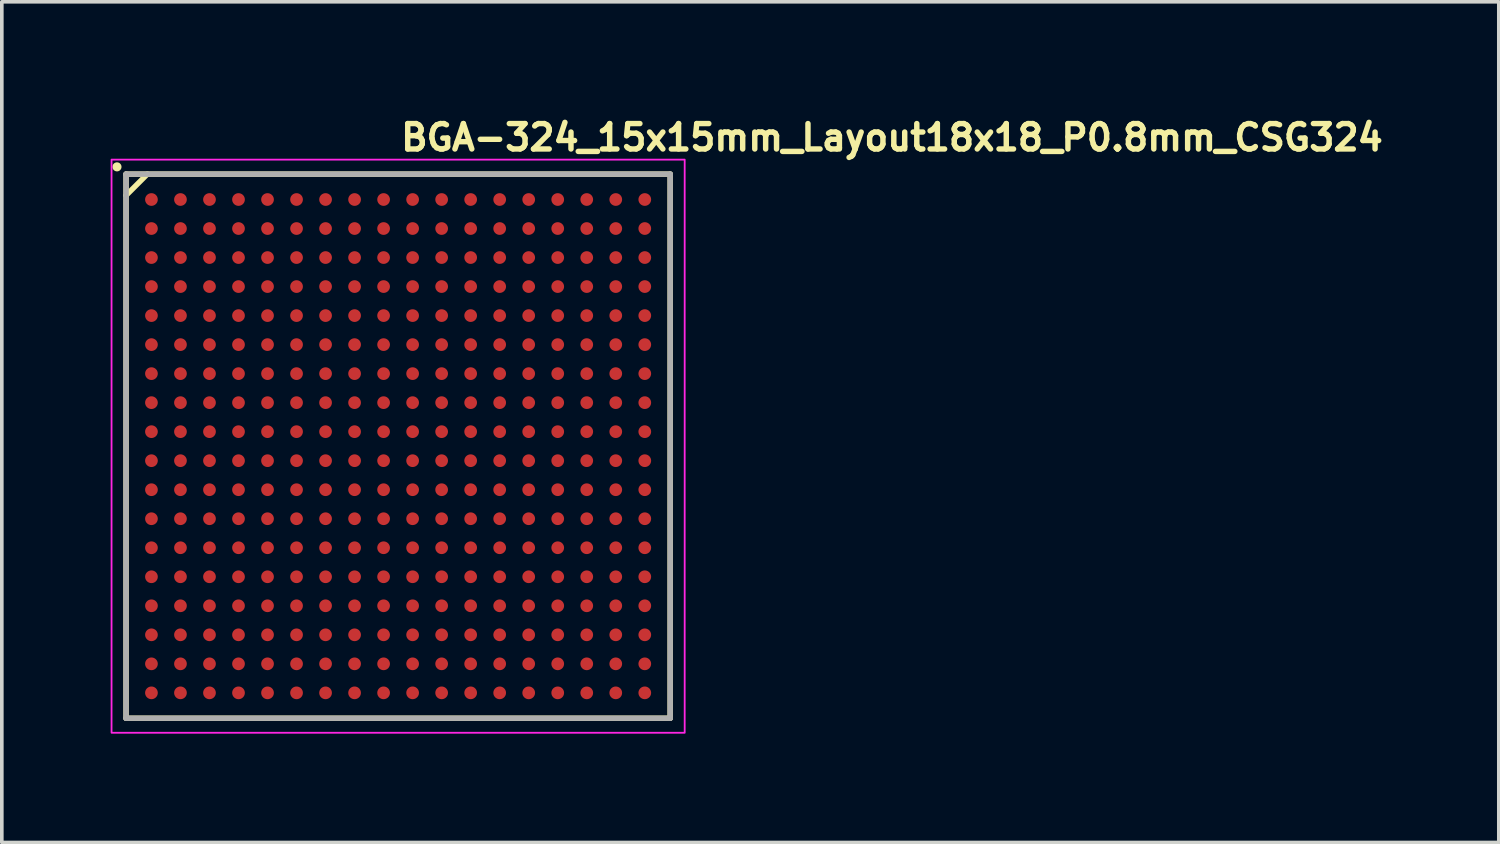
<source format=kicad_pcb>
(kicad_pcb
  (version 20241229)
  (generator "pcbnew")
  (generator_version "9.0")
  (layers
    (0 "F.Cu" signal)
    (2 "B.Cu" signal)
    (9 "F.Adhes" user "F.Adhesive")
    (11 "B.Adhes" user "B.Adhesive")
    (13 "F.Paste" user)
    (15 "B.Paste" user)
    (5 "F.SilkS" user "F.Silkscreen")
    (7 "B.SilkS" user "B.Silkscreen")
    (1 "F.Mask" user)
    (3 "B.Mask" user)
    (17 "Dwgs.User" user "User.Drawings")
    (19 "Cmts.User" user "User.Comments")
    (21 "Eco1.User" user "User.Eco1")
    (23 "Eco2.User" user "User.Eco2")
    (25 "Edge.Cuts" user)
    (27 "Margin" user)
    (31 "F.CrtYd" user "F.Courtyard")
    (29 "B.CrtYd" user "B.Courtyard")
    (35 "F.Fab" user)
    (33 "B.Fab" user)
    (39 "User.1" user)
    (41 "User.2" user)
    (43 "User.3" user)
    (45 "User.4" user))
  (footprint "BGA-324_15x15mm_Layout18x18_P0.8mm_CSG324"
    (layer "F.Cu")
    (at 7.925 9.25)
    (property "Reference" "BGA-324_15x15mm_Layout18x18_P0.8mm_CSG324" (at 0 -8.1 0) (layer "F.SilkS") (effects (font (size 0.7 0.7) (thickness 0.15)) (justify left bottom)))
    (attr smd)
    (fp_line (start -7.5 -7.5) (end 7.5 -7.5) (stroke (width 0.15) (type solid)) (layer "F.SilkS"))
    (fp_line (start -7.5 -6.913) (end -6.913 -7.5) (stroke (width 0.15) (type solid)) (layer "F.SilkS"))
    (fp_line (start -7.5 7.5) (end -7.5 -7.5) (stroke (width 0.15) (type solid)) (layer "F.SilkS"))
    (fp_line (start -7.5 7.5) (end 7.5 7.5) (stroke (width 0.15) (type solid)) (layer "F.SilkS"))
    (fp_line (start 7.5 7.5) (end 7.5 -7.5) (stroke (width 0.15) (type solid)) (layer "F.SilkS"))
    (fp_circle (center -7.75 -7.7) (end -7.7 -7.7) (stroke (width 0.15) (type solid)) (fill yes) (layer "F.SilkS"))
    (fp_rect (start -7.9 -7.9) (end 7.9 7.9) (stroke (width 0.05) (type solid)) (fill no) (layer "F.CrtYd"))
    (fp_line (start -7.5 -7.5) (end 7.5 -7.5) (stroke (width 0.15) (type solid)) (layer "F.Fab"))
    (fp_line (start -7.5 7.5) (end -7.5 -7.5) (stroke (width 0.15) (type solid)) (layer "F.Fab"))
    (fp_line (start -7.5 7.5) (end 7.5 7.5) (stroke (width 0.15) (type solid)) (layer "F.Fab"))
    (fp_line (start 7.5 7.5) (end 7.5 -7.5) (stroke (width 0.15) (type solid)) (layer "F.Fab"))
    (fp_rect (start -7.5 -7.5) (end 7.5 7.5) (stroke (width 0.1) (type solid)) (fill no) (layer "User.5"))
    (fp_line (start -7.5 -7.5) (end -7.5 7.5) (stroke (width 0.02) (type solid)) (layer "User.9"))
    (fp_line (start -7.5 7.5) (end 7.5 7.5) (stroke (width 0.02) (type solid)) (layer "User.9"))
    (fp_line (start 7.5 -7.5) (end -7.5 -7.5) (stroke (width 0.02) (type solid)) (layer "User.9"))
    (fp_line (start 7.5 7.5) (end 7.5 -7.5) (stroke (width 0.02) (type solid)) (layer "User.9"))
    (pad "A1" smd circle (at -6.8 -6.8) (size 0.35 0.35) (layers "F.Cu" "F.Mask" "F.Paste"))
    (pad "A2" smd circle (at -6 -6.8) (size 0.35 0.35) (layers "F.Cu" "F.Mask" "F.Paste"))
    (pad "A3" smd circle (at -5.2 -6.8) (size 0.35 0.35) (layers "F.Cu" "F.Mask" "F.Paste"))
    (pad "A4" smd circle (at -4.4 -6.8) (size 0.35 0.35) (layers "F.Cu" "F.Mask" "F.Paste"))
    (pad "A5" smd circle (at -3.6 -6.8) (size 0.35 0.35) (layers "F.Cu" "F.Mask" "F.Paste"))
    (pad "A6" smd circle (at -2.8 -6.8) (size 0.35 0.35) (layers "F.Cu" "F.Mask" "F.Paste"))
    (pad "A7" smd circle (at -2 -6.8) (size 0.35 0.35) (layers "F.Cu" "F.Mask" "F.Paste"))
    (pad "A8" smd circle (at -1.2 -6.8) (size 0.35 0.35) (layers "F.Cu" "F.Mask" "F.Paste"))
    (pad "A9" smd circle (at -0.4 -6.8) (size 0.35 0.35) (layers "F.Cu" "F.Mask" "F.Paste"))
    (pad "A10" smd circle (at 0.4 -6.8) (size 0.35 0.35) (layers "F.Cu" "F.Mask" "F.Paste"))
    (pad "A11" smd circle (at 1.2 -6.8) (size 0.35 0.35) (layers "F.Cu" "F.Mask" "F.Paste"))
    (pad "A12" smd circle (at 2 -6.8) (size 0.35 0.35) (layers "F.Cu" "F.Mask" "F.Paste"))
    (pad "A13" smd circle (at 2.8 -6.8) (size 0.35 0.35) (layers "F.Cu" "F.Mask" "F.Paste"))
    (pad "A14" smd circle (at 3.6 -6.8) (size 0.35 0.35) (layers "F.Cu" "F.Mask" "F.Paste"))
    (pad "A15" smd circle (at 4.4 -6.8) (size 0.35 0.35) (layers "F.Cu" "F.Mask" "F.Paste"))
    (pad "A16" smd circle (at 5.2 -6.8) (size 0.35 0.35) (layers "F.Cu" "F.Mask" "F.Paste"))
    (pad "A17" smd circle (at 6 -6.8) (size 0.35 0.35) (layers "F.Cu" "F.Mask" "F.Paste"))
    (pad "A18" smd circle (at 6.8 -6.8) (size 0.35 0.35) (layers "F.Cu" "F.Mask" "F.Paste"))
    (pad "B1" smd circle (at -6.8 -6) (size 0.35 0.35) (layers "F.Cu" "F.Mask" "F.Paste"))
    (pad "B2" smd circle (at -6 -6) (size 0.35 0.35) (layers "F.Cu" "F.Mask" "F.Paste"))
    (pad "B3" smd circle (at -5.2 -6) (size 0.35 0.35) (layers "F.Cu" "F.Mask" "F.Paste"))
    (pad "B4" smd circle (at -4.4 -6) (size 0.35 0.35) (layers "F.Cu" "F.Mask" "F.Paste"))
    (pad "B5" smd circle (at -3.6 -6) (size 0.35 0.35) (layers "F.Cu" "F.Mask" "F.Paste"))
    (pad "B6" smd circle (at -2.8 -6) (size 0.35 0.35) (layers "F.Cu" "F.Mask" "F.Paste"))
    (pad "B7" smd circle (at -2 -6) (size 0.35 0.35) (layers "F.Cu" "F.Mask" "F.Paste"))
    (pad "B8" smd circle (at -1.2 -6) (size 0.35 0.35) (layers "F.Cu" "F.Mask" "F.Paste"))
    (pad "B9" smd circle (at -0.4 -6) (size 0.35 0.35) (layers "F.Cu" "F.Mask" "F.Paste"))
    (pad "B10" smd circle (at 0.4 -6) (size 0.35 0.35) (layers "F.Cu" "F.Mask" "F.Paste"))
    (pad "B11" smd circle (at 1.2 -6) (size 0.35 0.35) (layers "F.Cu" "F.Mask" "F.Paste"))
    (pad "B12" smd circle (at 2 -6) (size 0.35 0.35) (layers "F.Cu" "F.Mask" "F.Paste"))
    (pad "B13" smd circle (at 2.8 -6) (size 0.35 0.35) (layers "F.Cu" "F.Mask" "F.Paste"))
    (pad "B14" smd circle (at 3.6 -6) (size 0.35 0.35) (layers "F.Cu" "F.Mask" "F.Paste"))
    (pad "B15" smd circle (at 4.4 -6) (size 0.35 0.35) (layers "F.Cu" "F.Mask" "F.Paste"))
    (pad "B16" smd circle (at 5.2 -6) (size 0.35 0.35) (layers "F.Cu" "F.Mask" "F.Paste"))
    (pad "B17" smd circle (at 6 -6) (size 0.35 0.35) (layers "F.Cu" "F.Mask" "F.Paste"))
    (pad "B18" smd circle (at 6.8 -6) (size 0.35 0.35) (layers "F.Cu" "F.Mask" "F.Paste"))
    (pad "C1" smd circle (at -6.8 -5.2) (size 0.35 0.35) (layers "F.Cu" "F.Mask" "F.Paste"))
    (pad "C2" smd circle (at -6 -5.2) (size 0.35 0.35) (layers "F.Cu" "F.Mask" "F.Paste"))
    (pad "C3" smd circle (at -5.2 -5.2) (size 0.35 0.35) (layers "F.Cu" "F.Mask" "F.Paste"))
    (pad "C4" smd circle (at -4.4 -5.2) (size 0.35 0.35) (layers "F.Cu" "F.Mask" "F.Paste"))
    (pad "C5" smd circle (at -3.6 -5.2) (size 0.35 0.35) (layers "F.Cu" "F.Mask" "F.Paste"))
    (pad "C6" smd circle (at -2.8 -5.2) (size 0.35 0.35) (layers "F.Cu" "F.Mask" "F.Paste"))
    (pad "C7" smd circle (at -2 -5.2) (size 0.35 0.35) (layers "F.Cu" "F.Mask" "F.Paste"))
    (pad "C8" smd circle (at -1.2 -5.2) (size 0.35 0.35) (layers "F.Cu" "F.Mask" "F.Paste"))
    (pad "C9" smd circle (at -0.4 -5.2) (size 0.35 0.35) (layers "F.Cu" "F.Mask" "F.Paste"))
    (pad "C10" smd circle (at 0.4 -5.2) (size 0.35 0.35) (layers "F.Cu" "F.Mask" "F.Paste"))
    (pad "C11" smd circle (at 1.2 -5.2) (size 0.35 0.35) (layers "F.Cu" "F.Mask" "F.Paste"))
    (pad "C12" smd circle (at 2 -5.2) (size 0.35 0.35) (layers "F.Cu" "F.Mask" "F.Paste"))
    (pad "C13" smd circle (at 2.8 -5.2) (size 0.35 0.35) (layers "F.Cu" "F.Mask" "F.Paste"))
    (pad "C14" smd circle (at 3.6 -5.2) (size 0.35 0.35) (layers "F.Cu" "F.Mask" "F.Paste"))
    (pad "C15" smd circle (at 4.4 -5.2) (size 0.35 0.35) (layers "F.Cu" "F.Mask" "F.Paste"))
    (pad "C16" smd circle (at 5.2 -5.2) (size 0.35 0.35) (layers "F.Cu" "F.Mask" "F.Paste"))
    (pad "C17" smd circle (at 6 -5.2) (size 0.35 0.35) (layers "F.Cu" "F.Mask" "F.Paste"))
    (pad "C18" smd circle (at 6.8 -5.2) (size 0.35 0.35) (layers "F.Cu" "F.Mask" "F.Paste"))
    (pad "D1" smd circle (at -6.8 -4.4) (size 0.35 0.35) (layers "F.Cu" "F.Mask" "F.Paste"))
    (pad "D2" smd circle (at -6 -4.4) (size 0.35 0.35) (layers "F.Cu" "F.Mask" "F.Paste"))
    (pad "D3" smd circle (at -5.2 -4.4) (size 0.35 0.35) (layers "F.Cu" "F.Mask" "F.Paste"))
    (pad "D4" smd circle (at -4.4 -4.4) (size 0.35 0.35) (layers "F.Cu" "F.Mask" "F.Paste"))
    (pad "D5" smd circle (at -3.6 -4.4) (size 0.35 0.35) (layers "F.Cu" "F.Mask" "F.Paste"))
    (pad "D6" smd circle (at -2.8 -4.4) (size 0.35 0.35) (layers "F.Cu" "F.Mask" "F.Paste"))
    (pad "D7" smd circle (at -2 -4.4) (size 0.35 0.35) (layers "F.Cu" "F.Mask" "F.Paste"))
    (pad "D8" smd circle (at -1.2 -4.4) (size 0.35 0.35) (layers "F.Cu" "F.Mask" "F.Paste"))
    (pad "D9" smd circle (at -0.4 -4.4) (size 0.35 0.35) (layers "F.Cu" "F.Mask" "F.Paste"))
    (pad "D10" smd circle (at 0.4 -4.4) (size 0.35 0.35) (layers "F.Cu" "F.Mask" "F.Paste"))
    (pad "D11" smd circle (at 1.2 -4.4) (size 0.35 0.35) (layers "F.Cu" "F.Mask" "F.Paste"))
    (pad "D12" smd circle (at 2 -4.4) (size 0.35 0.35) (layers "F.Cu" "F.Mask" "F.Paste"))
    (pad "D13" smd circle (at 2.8 -4.4) (size 0.35 0.35) (layers "F.Cu" "F.Mask" "F.Paste"))
    (pad "D14" smd circle (at 3.6 -4.4) (size 0.35 0.35) (layers "F.Cu" "F.Mask" "F.Paste"))
    (pad "D15" smd circle (at 4.4 -4.4) (size 0.35 0.35) (layers "F.Cu" "F.Mask" "F.Paste"))
    (pad "D16" smd circle (at 5.2 -4.4) (size 0.35 0.35) (layers "F.Cu" "F.Mask" "F.Paste"))
    (pad "D17" smd circle (at 6 -4.4) (size 0.35 0.35) (layers "F.Cu" "F.Mask" "F.Paste"))
    (pad "D18" smd circle (at 6.8 -4.4) (size 0.35 0.35) (layers "F.Cu" "F.Mask" "F.Paste"))
    (pad "E1" smd circle (at -6.8 -3.6) (size 0.35 0.35) (layers "F.Cu" "F.Mask" "F.Paste"))
    (pad "E2" smd circle (at -6 -3.6) (size 0.35 0.35) (layers "F.Cu" "F.Mask" "F.Paste"))
    (pad "E3" smd circle (at -5.2 -3.6) (size 0.35 0.35) (layers "F.Cu" "F.Mask" "F.Paste"))
    (pad "E4" smd circle (at -4.4 -3.6) (size 0.35 0.35) (layers "F.Cu" "F.Mask" "F.Paste"))
    (pad "E5" smd circle (at -3.6 -3.6) (size 0.35 0.35) (layers "F.Cu" "F.Mask" "F.Paste"))
    (pad "E6" smd circle (at -2.8 -3.6) (size 0.35 0.35) (layers "F.Cu" "F.Mask" "F.Paste"))
    (pad "E7" smd circle (at -2 -3.6) (size 0.35 0.35) (layers "F.Cu" "F.Mask" "F.Paste"))
    (pad "E8" smd circle (at -1.2 -3.6) (size 0.35 0.35) (layers "F.Cu" "F.Mask" "F.Paste"))
    (pad "E9" smd circle (at -0.4 -3.6) (size 0.35 0.35) (layers "F.Cu" "F.Mask" "F.Paste"))
    (pad "E10" smd circle (at 0.4 -3.6) (size 0.35 0.35) (layers "F.Cu" "F.Mask" "F.Paste"))
    (pad "E11" smd circle (at 1.2 -3.6) (size 0.35 0.35) (layers "F.Cu" "F.Mask" "F.Paste"))
    (pad "E12" smd circle (at 2 -3.6) (size 0.35 0.35) (layers "F.Cu" "F.Mask" "F.Paste"))
    (pad "E13" smd circle (at 2.8 -3.6) (size 0.35 0.35) (layers "F.Cu" "F.Mask" "F.Paste"))
    (pad "E14" smd circle (at 3.6 -3.6) (size 0.35 0.35) (layers "F.Cu" "F.Mask" "F.Paste"))
    (pad "E15" smd circle (at 4.4 -3.6) (size 0.35 0.35) (layers "F.Cu" "F.Mask" "F.Paste"))
    (pad "E16" smd circle (at 5.2 -3.6) (size 0.35 0.35) (layers "F.Cu" "F.Mask" "F.Paste"))
    (pad "E17" smd circle (at 6 -3.6) (size 0.35 0.35) (layers "F.Cu" "F.Mask" "F.Paste"))
    (pad "E18" smd circle (at 6.8 -3.6) (size 0.35 0.35) (layers "F.Cu" "F.Mask" "F.Paste"))
    (pad "F1" smd circle (at -6.8 -2.8) (size 0.35 0.35) (layers "F.Cu" "F.Mask" "F.Paste"))
    (pad "F2" smd circle (at -6 -2.8) (size 0.35 0.35) (layers "F.Cu" "F.Mask" "F.Paste"))
    (pad "F3" smd circle (at -5.2 -2.8) (size 0.35 0.35) (layers "F.Cu" "F.Mask" "F.Paste"))
    (pad "F4" smd circle (at -4.4 -2.8) (size 0.35 0.35) (layers "F.Cu" "F.Mask" "F.Paste"))
    (pad "F5" smd circle (at -3.6 -2.8) (size 0.35 0.35) (layers "F.Cu" "F.Mask" "F.Paste"))
    (pad "F6" smd circle (at -2.8 -2.8) (size 0.35 0.35) (layers "F.Cu" "F.Mask" "F.Paste"))
    (pad "F7" smd circle (at -2 -2.8) (size 0.35 0.35) (layers "F.Cu" "F.Mask" "F.Paste"))
    (pad "F8" smd circle (at -1.2 -2.8) (size 0.35 0.35) (layers "F.Cu" "F.Mask" "F.Paste"))
    (pad "F9" smd circle (at -0.4 -2.8) (size 0.35 0.35) (layers "F.Cu" "F.Mask" "F.Paste"))
    (pad "F10" smd circle (at 0.4 -2.8) (size 0.35 0.35) (layers "F.Cu" "F.Mask" "F.Paste"))
    (pad "F11" smd circle (at 1.2 -2.8) (size 0.35 0.35) (layers "F.Cu" "F.Mask" "F.Paste"))
    (pad "F12" smd circle (at 2 -2.8) (size 0.35 0.35) (layers "F.Cu" "F.Mask" "F.Paste"))
    (pad "F13" smd circle (at 2.8 -2.8) (size 0.35 0.35) (layers "F.Cu" "F.Mask" "F.Paste"))
    (pad "F14" smd circle (at 3.6 -2.8) (size 0.35 0.35) (layers "F.Cu" "F.Mask" "F.Paste"))
    (pad "F15" smd circle (at 4.4 -2.8) (size 0.35 0.35) (layers "F.Cu" "F.Mask" "F.Paste"))
    (pad "F16" smd circle (at 5.2 -2.8) (size 0.35 0.35) (layers "F.Cu" "F.Mask" "F.Paste"))
    (pad "F17" smd circle (at 6 -2.8) (size 0.35 0.35) (layers "F.Cu" "F.Mask" "F.Paste"))
    (pad "F18" smd circle (at 6.8 -2.8) (size 0.35 0.35) (layers "F.Cu" "F.Mask" "F.Paste"))
    (pad "G1" smd circle (at -6.8 -2) (size 0.35 0.35) (layers "F.Cu" "F.Mask" "F.Paste"))
    (pad "G2" smd circle (at -6 -2) (size 0.35 0.35) (layers "F.Cu" "F.Mask" "F.Paste"))
    (pad "G3" smd circle (at -5.2 -2) (size 0.35 0.35) (layers "F.Cu" "F.Mask" "F.Paste"))
    (pad "G4" smd circle (at -4.4 -2) (size 0.35 0.35) (layers "F.Cu" "F.Mask" "F.Paste"))
    (pad "G5" smd circle (at -3.6 -2) (size 0.35 0.35) (layers "F.Cu" "F.Mask" "F.Paste"))
    (pad "G6" smd circle (at -2.8 -2) (size 0.35 0.35) (layers "F.Cu" "F.Mask" "F.Paste"))
    (pad "G7" smd circle (at -2 -2) (size 0.35 0.35) (layers "F.Cu" "F.Mask" "F.Paste"))
    (pad "G8" smd circle (at -1.2 -2) (size 0.35 0.35) (layers "F.Cu" "F.Mask" "F.Paste"))
    (pad "G9" smd circle (at -0.4 -2) (size 0.35 0.35) (layers "F.Cu" "F.Mask" "F.Paste"))
    (pad "G10" smd circle (at 0.4 -2) (size 0.35 0.35) (layers "F.Cu" "F.Mask" "F.Paste"))
    (pad "G11" smd circle (at 1.2 -2) (size 0.35 0.35) (layers "F.Cu" "F.Mask" "F.Paste"))
    (pad "G12" smd circle (at 2 -2) (size 0.35 0.35) (layers "F.Cu" "F.Mask" "F.Paste"))
    (pad "G13" smd circle (at 2.8 -2) (size 0.35 0.35) (layers "F.Cu" "F.Mask" "F.Paste"))
    (pad "G14" smd circle (at 3.6 -2) (size 0.35 0.35) (layers "F.Cu" "F.Mask" "F.Paste"))
    (pad "G15" smd circle (at 4.4 -2) (size 0.35 0.35) (layers "F.Cu" "F.Mask" "F.Paste"))
    (pad "G16" smd circle (at 5.2 -2) (size 0.35 0.35) (layers "F.Cu" "F.Mask" "F.Paste"))
    (pad "G17" smd circle (at 6 -2) (size 0.35 0.35) (layers "F.Cu" "F.Mask" "F.Paste"))
    (pad "G18" smd circle (at 6.8 -2) (size 0.35 0.35) (layers "F.Cu" "F.Mask" "F.Paste"))
    (pad "H1" smd circle (at -6.8 -1.2) (size 0.35 0.35) (layers "F.Cu" "F.Mask" "F.Paste"))
    (pad "H2" smd circle (at -6 -1.2) (size 0.35 0.35) (layers "F.Cu" "F.Mask" "F.Paste"))
    (pad "H3" smd circle (at -5.2 -1.2) (size 0.35 0.35) (layers "F.Cu" "F.Mask" "F.Paste"))
    (pad "H4" smd circle (at -4.4 -1.2) (size 0.35 0.35) (layers "F.Cu" "F.Mask" "F.Paste"))
    (pad "H5" smd circle (at -3.6 -1.2) (size 0.35 0.35) (layers "F.Cu" "F.Mask" "F.Paste"))
    (pad "H6" smd circle (at -2.8 -1.2) (size 0.35 0.35) (layers "F.Cu" "F.Mask" "F.Paste"))
    (pad "H7" smd circle (at -2 -1.2) (size 0.35 0.35) (layers "F.Cu" "F.Mask" "F.Paste"))
    (pad "H8" smd circle (at -1.2 -1.2) (size 0.35 0.35) (layers "F.Cu" "F.Mask" "F.Paste"))
    (pad "H9" smd circle (at -0.4 -1.2) (size 0.35 0.35) (layers "F.Cu" "F.Mask" "F.Paste"))
    (pad "H10" smd circle (at 0.4 -1.2) (size 0.35 0.35) (layers "F.Cu" "F.Mask" "F.Paste"))
    (pad "H11" smd circle (at 1.2 -1.2) (size 0.35 0.35) (layers "F.Cu" "F.Mask" "F.Paste"))
    (pad "H12" smd circle (at 2 -1.2) (size 0.35 0.35) (layers "F.Cu" "F.Mask" "F.Paste"))
    (pad "H13" smd circle (at 2.8 -1.2) (size 0.35 0.35) (layers "F.Cu" "F.Mask" "F.Paste"))
    (pad "H14" smd circle (at 3.6 -1.2) (size 0.35 0.35) (layers "F.Cu" "F.Mask" "F.Paste"))
    (pad "H15" smd circle (at 4.4 -1.2) (size 0.35 0.35) (layers "F.Cu" "F.Mask" "F.Paste"))
    (pad "H16" smd circle (at 5.2 -1.2) (size 0.35 0.35) (layers "F.Cu" "F.Mask" "F.Paste"))
    (pad "H17" smd circle (at 6 -1.2) (size 0.35 0.35) (layers "F.Cu" "F.Mask" "F.Paste"))
    (pad "H18" smd circle (at 6.8 -1.2) (size 0.35 0.35) (layers "F.Cu" "F.Mask" "F.Paste"))
    (pad "J1" smd circle (at -6.8 -0.4) (size 0.35 0.35) (layers "F.Cu" "F.Mask" "F.Paste"))
    (pad "J2" smd circle (at -6 -0.4) (size 0.35 0.35) (layers "F.Cu" "F.Mask" "F.Paste"))
    (pad "J3" smd circle (at -5.2 -0.4) (size 0.35 0.35) (layers "F.Cu" "F.Mask" "F.Paste"))
    (pad "J4" smd circle (at -4.4 -0.4) (size 0.35 0.35) (layers "F.Cu" "F.Mask" "F.Paste"))
    (pad "J5" smd circle (at -3.6 -0.4) (size 0.35 0.35) (layers "F.Cu" "F.Mask" "F.Paste"))
    (pad "J6" smd circle (at -2.8 -0.4) (size 0.35 0.35) (layers "F.Cu" "F.Mask" "F.Paste"))
    (pad "J7" smd circle (at -2 -0.4) (size 0.35 0.35) (layers "F.Cu" "F.Mask" "F.Paste"))
    (pad "J8" smd circle (at -1.2 -0.4) (size 0.35 0.35) (layers "F.Cu" "F.Mask" "F.Paste"))
    (pad "J9" smd circle (at -0.4 -0.4) (size 0.35 0.35) (layers "F.Cu" "F.Mask" "F.Paste"))
    (pad "J10" smd circle (at 0.4 -0.4) (size 0.35 0.35) (layers "F.Cu" "F.Mask" "F.Paste"))
    (pad "J11" smd circle (at 1.2 -0.4) (size 0.35 0.35) (layers "F.Cu" "F.Mask" "F.Paste"))
    (pad "J12" smd circle (at 2 -0.4) (size 0.35 0.35) (layers "F.Cu" "F.Mask" "F.Paste"))
    (pad "J13" smd circle (at 2.8 -0.4) (size 0.35 0.35) (layers "F.Cu" "F.Mask" "F.Paste"))
    (pad "J14" smd circle (at 3.6 -0.4) (size 0.35 0.35) (layers "F.Cu" "F.Mask" "F.Paste"))
    (pad "J15" smd circle (at 4.4 -0.4) (size 0.35 0.35) (layers "F.Cu" "F.Mask" "F.Paste"))
    (pad "J16" smd circle (at 5.2 -0.4) (size 0.35 0.35) (layers "F.Cu" "F.Mask" "F.Paste"))
    (pad "J17" smd circle (at 6 -0.4) (size 0.35 0.35) (layers "F.Cu" "F.Mask" "F.Paste"))
    (pad "J18" smd circle (at 6.8 -0.4) (size 0.35 0.35) (layers "F.Cu" "F.Mask" "F.Paste"))
    (pad "K1" smd circle (at -6.8 0.4) (size 0.35 0.35) (layers "F.Cu" "F.Mask" "F.Paste"))
    (pad "K2" smd circle (at -6 0.4) (size 0.35 0.35) (layers "F.Cu" "F.Mask" "F.Paste"))
    (pad "K3" smd circle (at -5.2 0.4) (size 0.35 0.35) (layers "F.Cu" "F.Mask" "F.Paste"))
    (pad "K4" smd circle (at -4.4 0.4) (size 0.35 0.35) (layers "F.Cu" "F.Mask" "F.Paste"))
    (pad "K5" smd circle (at -3.6 0.4) (size 0.35 0.35) (layers "F.Cu" "F.Mask" "F.Paste"))
    (pad "K6" smd circle (at -2.8 0.4) (size 0.35 0.35) (layers "F.Cu" "F.Mask" "F.Paste"))
    (pad "K7" smd circle (at -2 0.4) (size 0.35 0.35) (layers "F.Cu" "F.Mask" "F.Paste"))
    (pad "K8" smd circle (at -1.2 0.4) (size 0.35 0.35) (layers "F.Cu" "F.Mask" "F.Paste"))
    (pad "K9" smd circle (at -0.4 0.4) (size 0.35 0.35) (layers "F.Cu" "F.Mask" "F.Paste"))
    (pad "K10" smd circle (at 0.4 0.4) (size 0.35 0.35) (layers "F.Cu" "F.Mask" "F.Paste"))
    (pad "K11" smd circle (at 1.2 0.4) (size 0.35 0.35) (layers "F.Cu" "F.Mask" "F.Paste"))
    (pad "K12" smd circle (at 2 0.4) (size 0.35 0.35) (layers "F.Cu" "F.Mask" "F.Paste"))
    (pad "K13" smd circle (at 2.8 0.4) (size 0.35 0.35) (layers "F.Cu" "F.Mask" "F.Paste"))
    (pad "K14" smd circle (at 3.6 0.4) (size 0.35 0.35) (layers "F.Cu" "F.Mask" "F.Paste"))
    (pad "K15" smd circle (at 4.4 0.4) (size 0.35 0.35) (layers "F.Cu" "F.Mask" "F.Paste"))
    (pad "K16" smd circle (at 5.2 0.4) (size 0.35 0.35) (layers "F.Cu" "F.Mask" "F.Paste"))
    (pad "K17" smd circle (at 6 0.4) (size 0.35 0.35) (layers "F.Cu" "F.Mask" "F.Paste"))
    (pad "K18" smd circle (at 6.8 0.4) (size 0.35 0.35) (layers "F.Cu" "F.Mask" "F.Paste"))
    (pad "L1" smd circle (at -6.8 1.2) (size 0.35 0.35) (layers "F.Cu" "F.Mask" "F.Paste"))
    (pad "L2" smd circle (at -6 1.2) (size 0.35 0.35) (layers "F.Cu" "F.Mask" "F.Paste"))
    (pad "L3" smd circle (at -5.2 1.2) (size 0.35 0.35) (layers "F.Cu" "F.Mask" "F.Paste"))
    (pad "L4" smd circle (at -4.4 1.2) (size 0.35 0.35) (layers "F.Cu" "F.Mask" "F.Paste"))
    (pad "L5" smd circle (at -3.6 1.2) (size 0.35 0.35) (layers "F.Cu" "F.Mask" "F.Paste"))
    (pad "L6" smd circle (at -2.8 1.2) (size 0.35 0.35) (layers "F.Cu" "F.Mask" "F.Paste"))
    (pad "L7" smd circle (at -2 1.2) (size 0.35 0.35) (layers "F.Cu" "F.Mask" "F.Paste"))
    (pad "L8" smd circle (at -1.2 1.2) (size 0.35 0.35) (layers "F.Cu" "F.Mask" "F.Paste"))
    (pad "L9" smd circle (at -0.4 1.2) (size 0.35 0.35) (layers "F.Cu" "F.Mask" "F.Paste"))
    (pad "L10" smd circle (at 0.4 1.2) (size 0.35 0.35) (layers "F.Cu" "F.Mask" "F.Paste"))
    (pad "L11" smd circle (at 1.2 1.2) (size 0.35 0.35) (layers "F.Cu" "F.Mask" "F.Paste"))
    (pad "L12" smd circle (at 2 1.2) (size 0.35 0.35) (layers "F.Cu" "F.Mask" "F.Paste"))
    (pad "L13" smd circle (at 2.8 1.2) (size 0.35 0.35) (layers "F.Cu" "F.Mask" "F.Paste"))
    (pad "L14" smd circle (at 3.6 1.2) (size 0.35 0.35) (layers "F.Cu" "F.Mask" "F.Paste"))
    (pad "L15" smd circle (at 4.4 1.2) (size 0.35 0.35) (layers "F.Cu" "F.Mask" "F.Paste"))
    (pad "L16" smd circle (at 5.2 1.2) (size 0.35 0.35) (layers "F.Cu" "F.Mask" "F.Paste"))
    (pad "L17" smd circle (at 6 1.2) (size 0.35 0.35) (layers "F.Cu" "F.Mask" "F.Paste"))
    (pad "L18" smd circle (at 6.8 1.2) (size 0.35 0.35) (layers "F.Cu" "F.Mask" "F.Paste"))
    (pad "M1" smd circle (at -6.8 2) (size 0.35 0.35) (layers "F.Cu" "F.Mask" "F.Paste"))
    (pad "M2" smd circle (at -6 2) (size 0.35 0.35) (layers "F.Cu" "F.Mask" "F.Paste"))
    (pad "M3" smd circle (at -5.2 2) (size 0.35 0.35) (layers "F.Cu" "F.Mask" "F.Paste"))
    (pad "M4" smd circle (at -4.4 2) (size 0.35 0.35) (layers "F.Cu" "F.Mask" "F.Paste"))
    (pad "M5" smd circle (at -3.6 2) (size 0.35 0.35) (layers "F.Cu" "F.Mask" "F.Paste"))
    (pad "M6" smd circle (at -2.8 2) (size 0.35 0.35) (layers "F.Cu" "F.Mask" "F.Paste"))
    (pad "M7" smd circle (at -2 2) (size 0.35 0.35) (layers "F.Cu" "F.Mask" "F.Paste"))
    (pad "M8" smd circle (at -1.2 2) (size 0.35 0.35) (layers "F.Cu" "F.Mask" "F.Paste"))
    (pad "M9" smd circle (at -0.4 2) (size 0.35 0.35) (layers "F.Cu" "F.Mask" "F.Paste"))
    (pad "M10" smd circle (at 0.4 2) (size 0.35 0.35) (layers "F.Cu" "F.Mask" "F.Paste"))
    (pad "M11" smd circle (at 1.2 2) (size 0.35 0.35) (layers "F.Cu" "F.Mask" "F.Paste"))
    (pad "M12" smd circle (at 2 2) (size 0.35 0.35) (layers "F.Cu" "F.Mask" "F.Paste"))
    (pad "M13" smd circle (at 2.8 2) (size 0.35 0.35) (layers "F.Cu" "F.Mask" "F.Paste"))
    (pad "M14" smd circle (at 3.6 2) (size 0.35 0.35) (layers "F.Cu" "F.Mask" "F.Paste"))
    (pad "M15" smd circle (at 4.4 2) (size 0.35 0.35) (layers "F.Cu" "F.Mask" "F.Paste"))
    (pad "M16" smd circle (at 5.2 2) (size 0.35 0.35) (layers "F.Cu" "F.Mask" "F.Paste"))
    (pad "M17" smd circle (at 6 2) (size 0.35 0.35) (layers "F.Cu" "F.Mask" "F.Paste"))
    (pad "M18" smd circle (at 6.8 2) (size 0.35 0.35) (layers "F.Cu" "F.Mask" "F.Paste"))
    (pad "N1" smd circle (at -6.8 2.8) (size 0.35 0.35) (layers "F.Cu" "F.Mask" "F.Paste"))
    (pad "N2" smd circle (at -6 2.8) (size 0.35 0.35) (layers "F.Cu" "F.Mask" "F.Paste"))
    (pad "N3" smd circle (at -5.2 2.8) (size 0.35 0.35) (layers "F.Cu" "F.Mask" "F.Paste"))
    (pad "N4" smd circle (at -4.4 2.8) (size 0.35 0.35) (layers "F.Cu" "F.Mask" "F.Paste"))
    (pad "N5" smd circle (at -3.6 2.8) (size 0.35 0.35) (layers "F.Cu" "F.Mask" "F.Paste"))
    (pad "N6" smd circle (at -2.8 2.8) (size 0.35 0.35) (layers "F.Cu" "F.Mask" "F.Paste"))
    (pad "N7" smd circle (at -2 2.8) (size 0.35 0.35) (layers "F.Cu" "F.Mask" "F.Paste"))
    (pad "N8" smd circle (at -1.2 2.8) (size 0.35 0.35) (layers "F.Cu" "F.Mask" "F.Paste"))
    (pad "N9" smd circle (at -0.4 2.8) (size 0.35 0.35) (layers "F.Cu" "F.Mask" "F.Paste"))
    (pad "N10" smd circle (at 0.4 2.8) (size 0.35 0.35) (layers "F.Cu" "F.Mask" "F.Paste"))
    (pad "N11" smd circle (at 1.2 2.8) (size 0.35 0.35) (layers "F.Cu" "F.Mask" "F.Paste"))
    (pad "N12" smd circle (at 2 2.8) (size 0.35 0.35) (layers "F.Cu" "F.Mask" "F.Paste"))
    (pad "N13" smd circle (at 2.8 2.8) (size 0.35 0.35) (layers "F.Cu" "F.Mask" "F.Paste"))
    (pad "N14" smd circle (at 3.6 2.8) (size 0.35 0.35) (layers "F.Cu" "F.Mask" "F.Paste"))
    (pad "N15" smd circle (at 4.4 2.8) (size 0.35 0.35) (layers "F.Cu" "F.Mask" "F.Paste"))
    (pad "N16" smd circle (at 5.2 2.8) (size 0.35 0.35) (layers "F.Cu" "F.Mask" "F.Paste"))
    (pad "N17" smd circle (at 6 2.8) (size 0.35 0.35) (layers "F.Cu" "F.Mask" "F.Paste"))
    (pad "N18" smd circle (at 6.8 2.8) (size 0.35 0.35) (layers "F.Cu" "F.Mask" "F.Paste"))
    (pad "P1" smd circle (at -6.8 3.6) (size 0.35 0.35) (layers "F.Cu" "F.Mask" "F.Paste"))
    (pad "P2" smd circle (at -6 3.6) (size 0.35 0.35) (layers "F.Cu" "F.Mask" "F.Paste"))
    (pad "P3" smd circle (at -5.2 3.6) (size 0.35 0.35) (layers "F.Cu" "F.Mask" "F.Paste"))
    (pad "P4" smd circle (at -4.4 3.6) (size 0.35 0.35) (layers "F.Cu" "F.Mask" "F.Paste"))
    (pad "P5" smd circle (at -3.6 3.6) (size 0.35 0.35) (layers "F.Cu" "F.Mask" "F.Paste"))
    (pad "P6" smd circle (at -2.8 3.6) (size 0.35 0.35) (layers "F.Cu" "F.Mask" "F.Paste"))
    (pad "P7" smd circle (at -2 3.6) (size 0.35 0.35) (layers "F.Cu" "F.Mask" "F.Paste"))
    (pad "P8" smd circle (at -1.2 3.6) (size 0.35 0.35) (layers "F.Cu" "F.Mask" "F.Paste"))
    (pad "P9" smd circle (at -0.4 3.6) (size 0.35 0.35) (layers "F.Cu" "F.Mask" "F.Paste"))
    (pad "P10" smd circle (at 0.4 3.6) (size 0.35 0.35) (layers "F.Cu" "F.Mask" "F.Paste"))
    (pad "P11" smd circle (at 1.2 3.6) (size 0.35 0.35) (layers "F.Cu" "F.Mask" "F.Paste"))
    (pad "P12" smd circle (at 2 3.6) (size 0.35 0.35) (layers "F.Cu" "F.Mask" "F.Paste"))
    (pad "P13" smd circle (at 2.8 3.6) (size 0.35 0.35) (layers "F.Cu" "F.Mask" "F.Paste"))
    (pad "P14" smd circle (at 3.6 3.6) (size 0.35 0.35) (layers "F.Cu" "F.Mask" "F.Paste"))
    (pad "P15" smd circle (at 4.4 3.6) (size 0.35 0.35) (layers "F.Cu" "F.Mask" "F.Paste"))
    (pad "P16" smd circle (at 5.2 3.6) (size 0.35 0.35) (layers "F.Cu" "F.Mask" "F.Paste"))
    (pad "P17" smd circle (at 6 3.6) (size 0.35 0.35) (layers "F.Cu" "F.Mask" "F.Paste"))
    (pad "P18" smd circle (at 6.8 3.6) (size 0.35 0.35) (layers "F.Cu" "F.Mask" "F.Paste"))
    (pad "R1" smd circle (at -6.8 4.4) (size 0.35 0.35) (layers "F.Cu" "F.Mask" "F.Paste"))
    (pad "R2" smd circle (at -6 4.4) (size 0.35 0.35) (layers "F.Cu" "F.Mask" "F.Paste"))
    (pad "R3" smd circle (at -5.2 4.4) (size 0.35 0.35) (layers "F.Cu" "F.Mask" "F.Paste"))
    (pad "R4" smd circle (at -4.4 4.4) (size 0.35 0.35) (layers "F.Cu" "F.Mask" "F.Paste"))
    (pad "R5" smd circle (at -3.6 4.4) (size 0.35 0.35) (layers "F.Cu" "F.Mask" "F.Paste"))
    (pad "R6" smd circle (at -2.8 4.4) (size 0.35 0.35) (layers "F.Cu" "F.Mask" "F.Paste"))
    (pad "R7" smd circle (at -2 4.4) (size 0.35 0.35) (layers "F.Cu" "F.Mask" "F.Paste"))
    (pad "R8" smd circle (at -1.2 4.4) (size 0.35 0.35) (layers "F.Cu" "F.Mask" "F.Paste"))
    (pad "R9" smd circle (at -0.4 4.4) (size 0.35 0.35) (layers "F.Cu" "F.Mask" "F.Paste"))
    (pad "R10" smd circle (at 0.4 4.4) (size 0.35 0.35) (layers "F.Cu" "F.Mask" "F.Paste"))
    (pad "R11" smd circle (at 1.2 4.4) (size 0.35 0.35) (layers "F.Cu" "F.Mask" "F.Paste"))
    (pad "R12" smd circle (at 2 4.4) (size 0.35 0.35) (layers "F.Cu" "F.Mask" "F.Paste"))
    (pad "R13" smd circle (at 2.8 4.4) (size 0.35 0.35) (layers "F.Cu" "F.Mask" "F.Paste"))
    (pad "R14" smd circle (at 3.6 4.4) (size 0.35 0.35) (layers "F.Cu" "F.Mask" "F.Paste"))
    (pad "R15" smd circle (at 4.4 4.4) (size 0.35 0.35) (layers "F.Cu" "F.Mask" "F.Paste"))
    (pad "R16" smd circle (at 5.2 4.4) (size 0.35 0.35) (layers "F.Cu" "F.Mask" "F.Paste"))
    (pad "R17" smd circle (at 6 4.4) (size 0.35 0.35) (layers "F.Cu" "F.Mask" "F.Paste"))
    (pad "R18" smd circle (at 6.8 4.4) (size 0.35 0.35) (layers "F.Cu" "F.Mask" "F.Paste"))
    (pad "T1" smd circle (at -6.8 5.2) (size 0.35 0.35) (layers "F.Cu" "F.Mask" "F.Paste"))
    (pad "T2" smd circle (at -6 5.2) (size 0.35 0.35) (layers "F.Cu" "F.Mask" "F.Paste"))
    (pad "T3" smd circle (at -5.2 5.2) (size 0.35 0.35) (layers "F.Cu" "F.Mask" "F.Paste"))
    (pad "T4" smd circle (at -4.4 5.2) (size 0.35 0.35) (layers "F.Cu" "F.Mask" "F.Paste"))
    (pad "T5" smd circle (at -3.6 5.2) (size 0.35 0.35) (layers "F.Cu" "F.Mask" "F.Paste"))
    (pad "T6" smd circle (at -2.8 5.2) (size 0.35 0.35) (layers "F.Cu" "F.Mask" "F.Paste"))
    (pad "T7" smd circle (at -2 5.2) (size 0.35 0.35) (layers "F.Cu" "F.Mask" "F.Paste"))
    (pad "T8" smd circle (at -1.2 5.2) (size 0.35 0.35) (layers "F.Cu" "F.Mask" "F.Paste"))
    (pad "T9" smd circle (at -0.4 5.2) (size 0.35 0.35) (layers "F.Cu" "F.Mask" "F.Paste"))
    (pad "T10" smd circle (at 0.4 5.2) (size 0.35 0.35) (layers "F.Cu" "F.Mask" "F.Paste"))
    (pad "T11" smd circle (at 1.2 5.2) (size 0.35 0.35) (layers "F.Cu" "F.Mask" "F.Paste"))
    (pad "T12" smd circle (at 2 5.2) (size 0.35 0.35) (layers "F.Cu" "F.Mask" "F.Paste"))
    (pad "T13" smd circle (at 2.8 5.2) (size 0.35 0.35) (layers "F.Cu" "F.Mask" "F.Paste"))
    (pad "T14" smd circle (at 3.6 5.2) (size 0.35 0.35) (layers "F.Cu" "F.Mask" "F.Paste"))
    (pad "T15" smd circle (at 4.4 5.2) (size 0.35 0.35) (layers "F.Cu" "F.Mask" "F.Paste"))
    (pad "T16" smd circle (at 5.2 5.2) (size 0.35 0.35) (layers "F.Cu" "F.Mask" "F.Paste"))
    (pad "T17" smd circle (at 6 5.2) (size 0.35 0.35) (layers "F.Cu" "F.Mask" "F.Paste"))
    (pad "T18" smd circle (at 6.8 5.2) (size 0.35 0.35) (layers "F.Cu" "F.Mask" "F.Paste"))
    (pad "U1" smd circle (at -6.8 6) (size 0.35 0.35) (layers "F.Cu" "F.Mask" "F.Paste"))
    (pad "U2" smd circle (at -6 6) (size 0.35 0.35) (layers "F.Cu" "F.Mask" "F.Paste"))
    (pad "U3" smd circle (at -5.2 6) (size 0.35 0.35) (layers "F.Cu" "F.Mask" "F.Paste"))
    (pad "U4" smd circle (at -4.4 6) (size 0.35 0.35) (layers "F.Cu" "F.Mask" "F.Paste"))
    (pad "U5" smd circle (at -3.6 6) (size 0.35 0.35) (layers "F.Cu" "F.Mask" "F.Paste"))
    (pad "U6" smd circle (at -2.8 6) (size 0.35 0.35) (layers "F.Cu" "F.Mask" "F.Paste"))
    (pad "U7" smd circle (at -2 6) (size 0.35 0.35) (layers "F.Cu" "F.Mask" "F.Paste"))
    (pad "U8" smd circle (at -1.2 6) (size 0.35 0.35) (layers "F.Cu" "F.Mask" "F.Paste"))
    (pad "U9" smd circle (at -0.4 6) (size 0.35 0.35) (layers "F.Cu" "F.Mask" "F.Paste"))
    (pad "U10" smd circle (at 0.4 6) (size 0.35 0.35) (layers "F.Cu" "F.Mask" "F.Paste"))
    (pad "U11" smd circle (at 1.2 6) (size 0.35 0.35) (layers "F.Cu" "F.Mask" "F.Paste"))
    (pad "U12" smd circle (at 2 6) (size 0.35 0.35) (layers "F.Cu" "F.Mask" "F.Paste"))
    (pad "U13" smd circle (at 2.8 6) (size 0.35 0.35) (layers "F.Cu" "F.Mask" "F.Paste"))
    (pad "U14" smd circle (at 3.6 6) (size 0.35 0.35) (layers "F.Cu" "F.Mask" "F.Paste"))
    (pad "U15" smd circle (at 4.4 6) (size 0.35 0.35) (layers "F.Cu" "F.Mask" "F.Paste"))
    (pad "U16" smd circle (at 5.2 6) (size 0.35 0.35) (layers "F.Cu" "F.Mask" "F.Paste"))
    (pad "U17" smd circle (at 6 6) (size 0.35 0.35) (layers "F.Cu" "F.Mask" "F.Paste"))
    (pad "U18" smd circle (at 6.8 6) (size 0.35 0.35) (layers "F.Cu" "F.Mask" "F.Paste"))
    (pad "V1" smd circle (at -6.8 6.8) (size 0.35 0.35) (layers "F.Cu" "F.Mask" "F.Paste"))
    (pad "V2" smd circle (at -6 6.8) (size 0.35 0.35) (layers "F.Cu" "F.Mask" "F.Paste"))
    (pad "V3" smd circle (at -5.2 6.8) (size 0.35 0.35) (layers "F.Cu" "F.Mask" "F.Paste"))
    (pad "V4" smd circle (at -4.4 6.8) (size 0.35 0.35) (layers "F.Cu" "F.Mask" "F.Paste"))
    (pad "V5" smd circle (at -3.6 6.8) (size 0.35 0.35) (layers "F.Cu" "F.Mask" "F.Paste"))
    (pad "V6" smd circle (at -2.8 6.8) (size 0.35 0.35) (layers "F.Cu" "F.Mask" "F.Paste"))
    (pad "V7" smd circle (at -2 6.8) (size 0.35 0.35) (layers "F.Cu" "F.Mask" "F.Paste"))
    (pad "V8" smd circle (at -1.2 6.8) (size 0.35 0.35) (layers "F.Cu" "F.Mask" "F.Paste"))
    (pad "V9" smd circle (at -0.4 6.8) (size 0.35 0.35) (layers "F.Cu" "F.Mask" "F.Paste"))
    (pad "V10" smd circle (at 0.4 6.8) (size 0.35 0.35) (layers "F.Cu" "F.Mask" "F.Paste"))
    (pad "V11" smd circle (at 1.2 6.8) (size 0.35 0.35) (layers "F.Cu" "F.Mask" "F.Paste"))
    (pad "V12" smd circle (at 2 6.8) (size 0.35 0.35) (layers "F.Cu" "F.Mask" "F.Paste"))
    (pad "V13" smd circle (at 2.8 6.8) (size 0.35 0.35) (layers "F.Cu" "F.Mask" "F.Paste"))
    (pad "V14" smd circle (at 3.6 6.8) (size 0.35 0.35) (layers "F.Cu" "F.Mask" "F.Paste"))
    (pad "V15" smd circle (at 4.4 6.8) (size 0.35 0.35) (layers "F.Cu" "F.Mask" "F.Paste"))
    (pad "V16" smd circle (at 5.2 6.8) (size 0.35 0.35) (layers "F.Cu" "F.Mask" "F.Paste"))
    (pad "V17" smd circle (at 6 6.8) (size 0.35 0.35) (layers "F.Cu" "F.Mask" "F.Paste"))
    (pad "V18" smd circle (at 6.8 6.8) (size 0.35 0.35) (layers "F.Cu" "F.Mask" "F.Paste")))
  (gr_rect
    (start -3 -3)
    (end 38.268 20.175)
    (stroke (width 0.1) (type default))
    (fill no)
    (layer "Edge.Cuts")))
</source>
